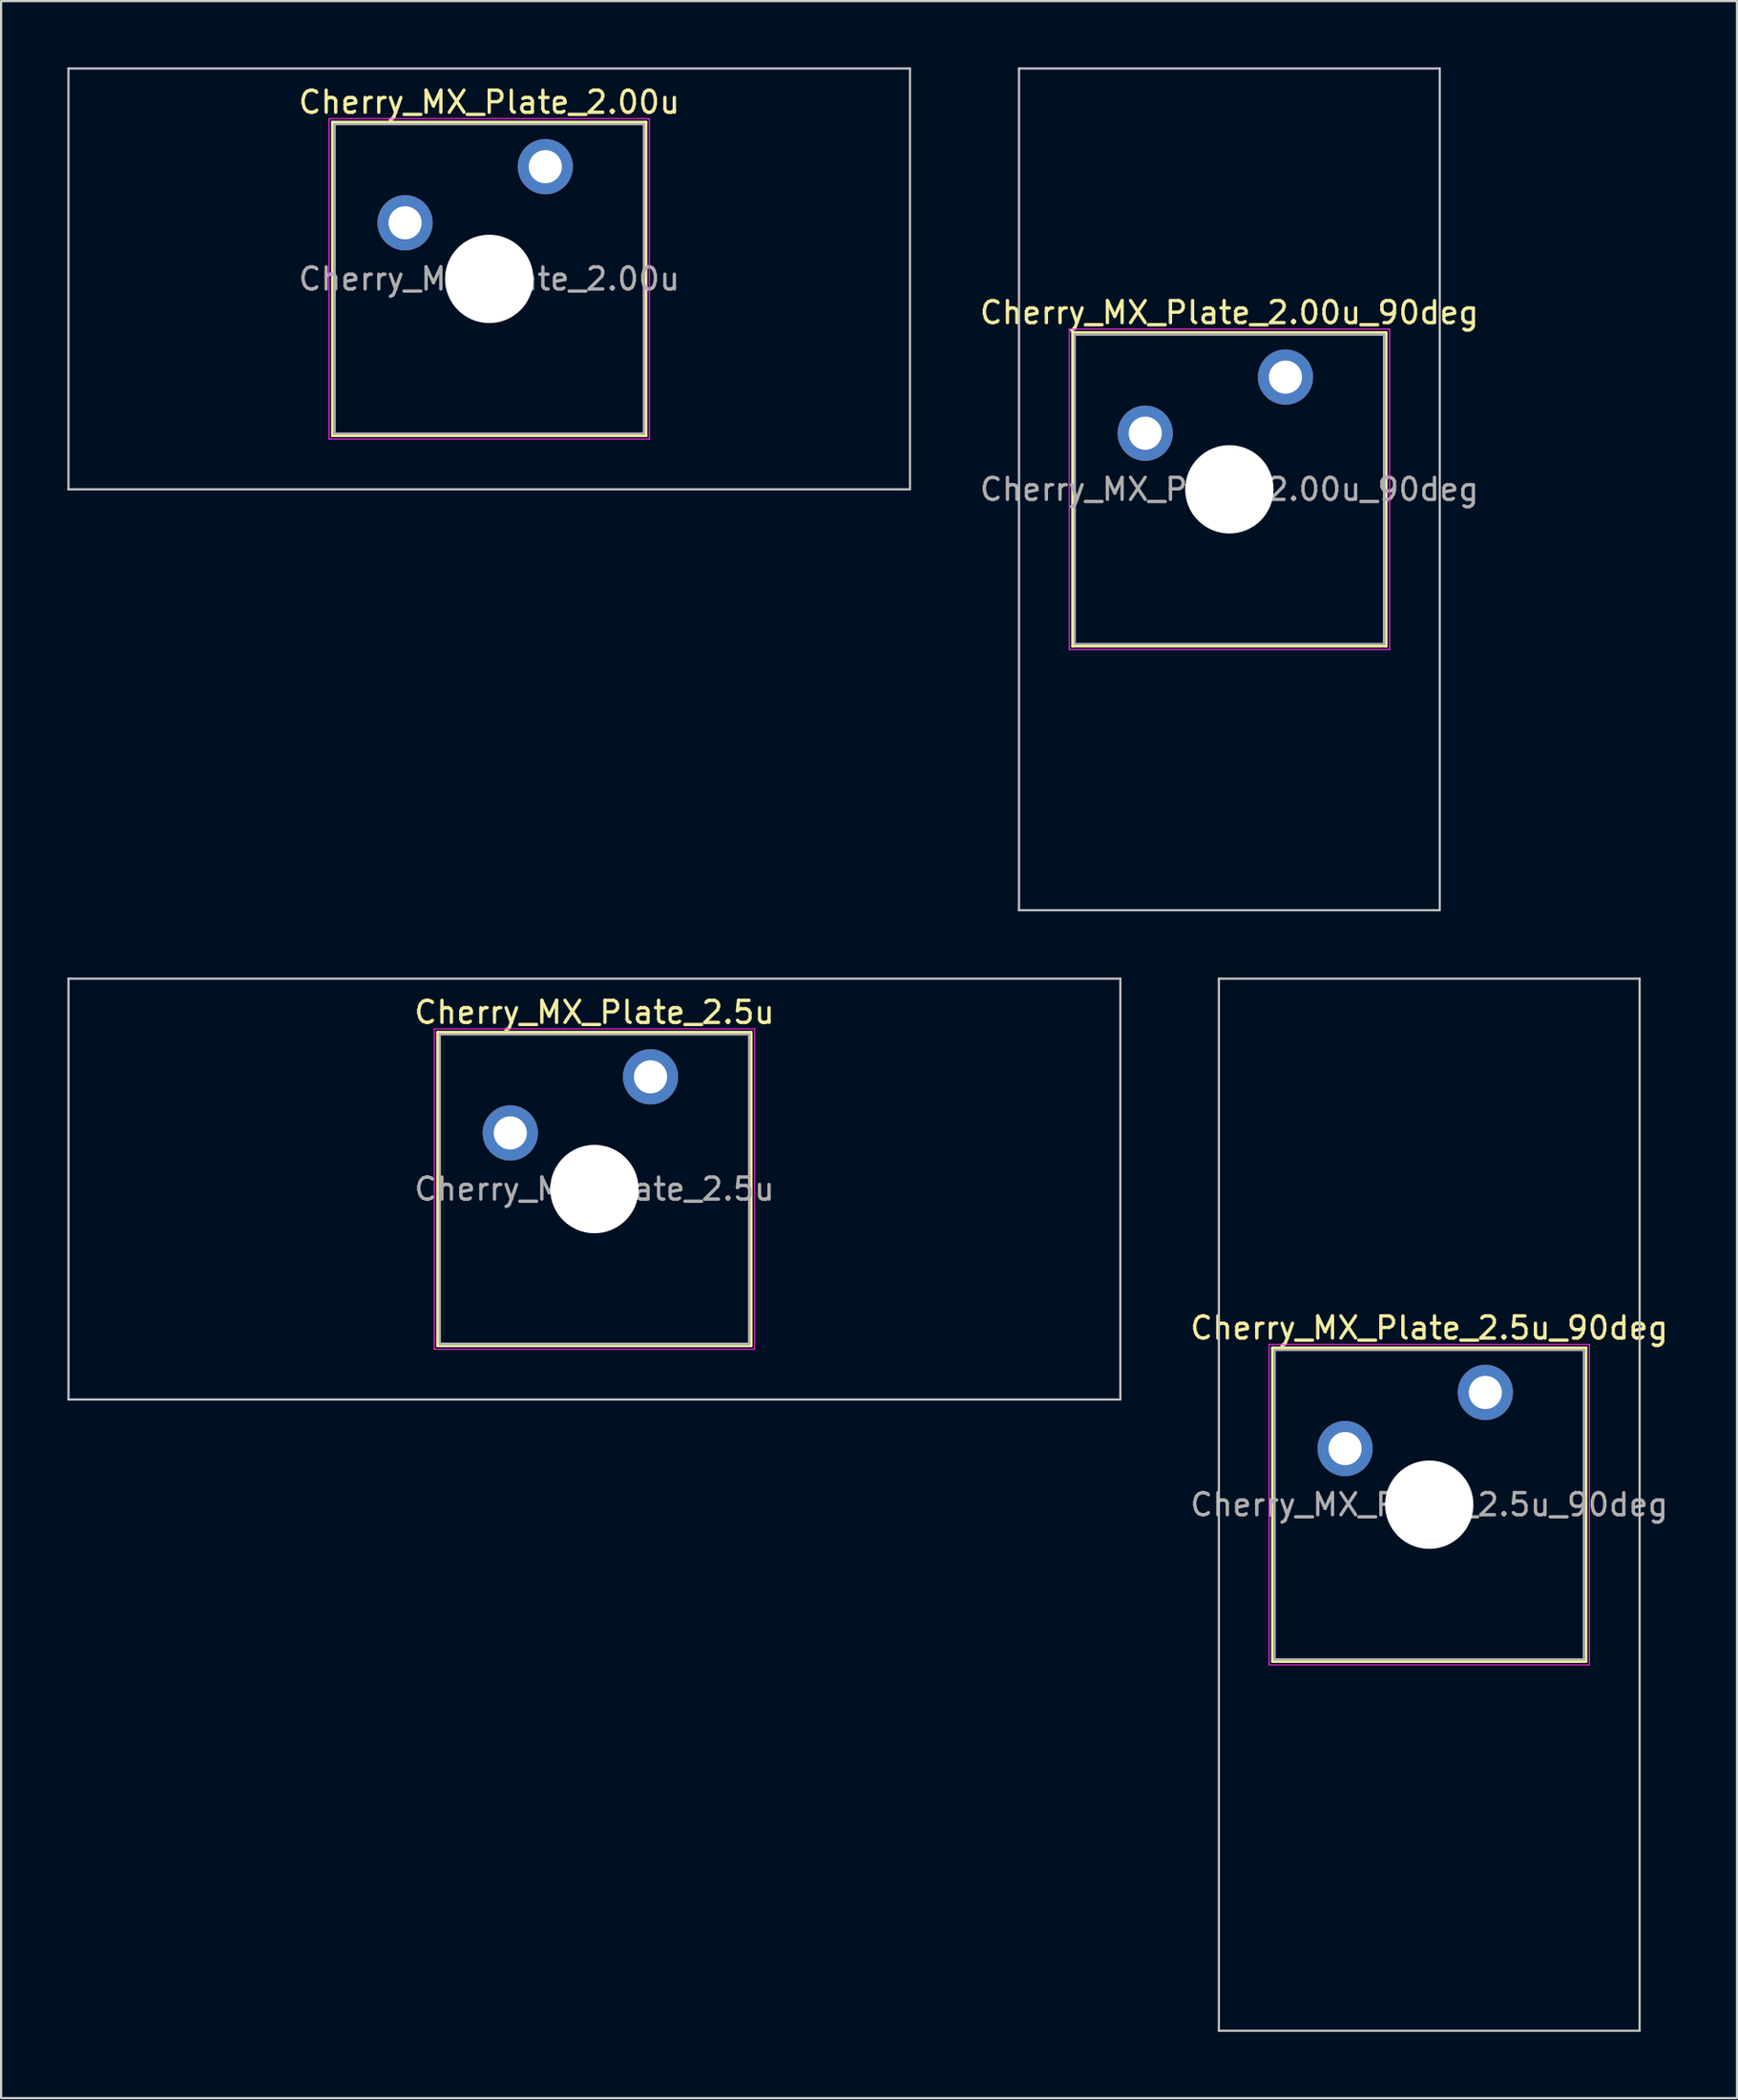
<source format=kicad_pcb>
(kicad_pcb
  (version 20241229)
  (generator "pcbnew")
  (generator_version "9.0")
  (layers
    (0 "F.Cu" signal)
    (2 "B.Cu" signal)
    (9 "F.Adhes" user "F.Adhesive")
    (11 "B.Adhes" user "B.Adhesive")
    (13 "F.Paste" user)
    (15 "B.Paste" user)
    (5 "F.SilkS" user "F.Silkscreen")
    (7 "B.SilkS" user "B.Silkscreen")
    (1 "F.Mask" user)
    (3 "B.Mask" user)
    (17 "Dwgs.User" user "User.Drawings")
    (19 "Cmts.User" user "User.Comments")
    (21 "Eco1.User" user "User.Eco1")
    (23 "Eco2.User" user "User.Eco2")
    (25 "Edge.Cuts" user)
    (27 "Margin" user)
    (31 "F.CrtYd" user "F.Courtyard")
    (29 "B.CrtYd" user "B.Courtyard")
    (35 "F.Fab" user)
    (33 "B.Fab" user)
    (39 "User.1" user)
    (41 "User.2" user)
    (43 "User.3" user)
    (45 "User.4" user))
  (footprint "Cherry_MX_Plate_2.5u"
    (layer "F.Cu")
    (at 23.863 50.775)
    (property "Reference" "Cherry_MX_Plate_2.5u" (at 0 -8 0) (layer "F.SilkS") (effects (font (size 1 1) (thickness 0.15))))
    (attr through_hole)
    (fp_line (start -7.1 -7.1) (end -7.1 7.1) (stroke (width 0.12) (type solid)) (layer "F.SilkS"))
    (fp_line (start -7.1 7.1) (end 7.1 7.1) (stroke (width 0.12) (type solid)) (layer "F.SilkS"))
    (fp_line (start 7.1 -7.1) (end -7.1 -7.1) (stroke (width 0.12) (type solid)) (layer "F.SilkS"))
    (fp_line (start 7.1 7.1) (end 7.1 -7.1) (stroke (width 0.12) (type solid)) (layer "F.SilkS"))
    (fp_line (start -23.812 -9.525) (end -23.812 9.525) (stroke (width 0.1) (type solid)) (layer "Dwgs.User"))
    (fp_line (start -23.812 9.525) (end 23.812 9.525) (stroke (width 0.1) (type solid)) (layer "Dwgs.User"))
    (fp_line (start 23.812 -9.525) (end -23.812 -9.525) (stroke (width 0.1) (type solid)) (layer "Dwgs.User"))
    (fp_line (start 23.812 9.525) (end 23.812 -9.525) (stroke (width 0.1) (type solid)) (layer "Dwgs.User"))
    (fp_line (start -7 -7) (end -7 7) (stroke (width 0.1) (type solid)) (layer "Eco1.User"))
    (fp_line (start -7 7) (end 7 7) (stroke (width 0.1) (type solid)) (layer "Eco1.User"))
    (fp_line (start 7 -7) (end -7 -7) (stroke (width 0.1) (type solid)) (layer "Eco1.User"))
    (fp_line (start 7 7) (end 7 -7) (stroke (width 0.1) (type solid)) (layer "Eco1.User"))
    (fp_line (start -7.25 -7.25) (end -7.25 7.25) (stroke (width 0.05) (type solid)) (layer "F.CrtYd"))
    (fp_line (start -7.25 7.25) (end 7.25 7.25) (stroke (width 0.05) (type solid)) (layer "F.CrtYd"))
    (fp_line (start 7.25 -7.25) (end -7.25 -7.25) (stroke (width 0.05) (type solid)) (layer "F.CrtYd"))
    (fp_line (start 7.25 7.25) (end 7.25 -7.25) (stroke (width 0.05) (type solid)) (layer "F.CrtYd"))
    (fp_line (start -7 -7) (end -7 7) (stroke (width 0.1) (type solid)) (layer "F.Fab"))
    (fp_line (start -7 7) (end 7 7) (stroke (width 0.1) (type solid)) (layer "F.Fab"))
    (fp_line (start 7 -7) (end -7 -7) (stroke (width 0.1) (type solid)) (layer "F.Fab"))
    (fp_line (start 7 7) (end 7 -7) (stroke (width 0.1) (type solid)) (layer "F.Fab"))
    (fp_text user "${REFERENCE}" (at 0 0 0) (layer "F.Fab") (effects (font (size 1 1) (thickness 0.15))))
    (pad "" np_thru_hole circle (at 0 0) (size 4 4) (drill 4) (layers "*.Cu" "*.Mask"))
    (pad "1" thru_hole circle (at -3.81 -2.54) (size 2.5 2.5) (drill 1.5) (layers "*.Cu" "*.Mask"))
    (pad "2" thru_hole circle (at 2.54 -5.08) (size 2.5 2.5) (drill 1.5) (layers "*.Cu" "*.Mask")))
  (footprint "Cherry_MX_Plate_2.00u_90deg"
    (layer "F.Cu")
    (at 52.611 19.1)
    (property "Reference" "Cherry_MX_Plate_2.00u_90deg" (at 0 -8 0) (layer "F.SilkS") (effects (font (size 1 1) (thickness 0.15))))
    (attr through_hole)
    (fp_line (start -7.1 -7.1) (end -7.1 7.1) (stroke (width 0.12) (type solid)) (layer "F.SilkS"))
    (fp_line (start -7.1 7.1) (end 7.1 7.1) (stroke (width 0.12) (type solid)) (layer "F.SilkS"))
    (fp_line (start 7.1 -7.1) (end -7.1 -7.1) (stroke (width 0.12) (type solid)) (layer "F.SilkS"))
    (fp_line (start 7.1 7.1) (end 7.1 -7.1) (stroke (width 0.12) (type solid)) (layer "F.SilkS"))
    (fp_line (start -9.525 -19.05) (end 9.525 -19.05) (stroke (width 0.1) (type solid)) (layer "Dwgs.User"))
    (fp_line (start -9.525 19.05) (end -9.525 -19.05) (stroke (width 0.1) (type solid)) (layer "Dwgs.User"))
    (fp_line (start 9.525 -19.05) (end 9.525 19.05) (stroke (width 0.1) (type solid)) (layer "Dwgs.User"))
    (fp_line (start 9.525 19.05) (end -9.525 19.05) (stroke (width 0.1) (type solid)) (layer "Dwgs.User"))
    (fp_line (start -7 -7) (end -7 7) (stroke (width 0.1) (type solid)) (layer "Eco1.User"))
    (fp_line (start -7 7) (end 7 7) (stroke (width 0.1) (type solid)) (layer "Eco1.User"))
    (fp_line (start 7 -7) (end -7 -7) (stroke (width 0.1) (type solid)) (layer "Eco1.User"))
    (fp_line (start 7 7) (end 7 -7) (stroke (width 0.1) (type solid)) (layer "Eco1.User"))
    (fp_line (start -7.25 -7.25) (end -7.25 7.25) (stroke (width 0.05) (type solid)) (layer "F.CrtYd"))
    (fp_line (start -7.25 7.25) (end 7.25 7.25) (stroke (width 0.05) (type solid)) (layer "F.CrtYd"))
    (fp_line (start 7.25 -7.25) (end -7.25 -7.25) (stroke (width 0.05) (type solid)) (layer "F.CrtYd"))
    (fp_line (start 7.25 7.25) (end 7.25 -7.25) (stroke (width 0.05) (type solid)) (layer "F.CrtYd"))
    (fp_line (start -7 -7) (end -7 7) (stroke (width 0.1) (type solid)) (layer "F.Fab"))
    (fp_line (start -7 7) (end 7 7) (stroke (width 0.1) (type solid)) (layer "F.Fab"))
    (fp_line (start 7 -7) (end -7 -7) (stroke (width 0.1) (type solid)) (layer "F.Fab"))
    (fp_line (start 7 7) (end 7 -7) (stroke (width 0.1) (type solid)) (layer "F.Fab"))
    (fp_text user "${REFERENCE}" (at 0 0 0) (layer "F.Fab") (effects (font (size 1 1) (thickness 0.15))))
    (pad "" np_thru_hole circle (at 0 0) (size 4 4) (drill 4) (layers "*.Cu" "*.Mask"))
    (pad "1" thru_hole circle (at -3.81 -2.54) (size 2.5 2.5) (drill 1.5) (layers "*.Cu" "*.Mask"))
    (pad "2" thru_hole circle (at 2.54 -5.08) (size 2.5 2.5) (drill 1.5) (layers "*.Cu" "*.Mask")))
  (footprint "Cherry_MX_Plate_2.00u"
    (layer "F.Cu")
    (at 19.1 9.575)
    (property "Reference" "Cherry_MX_Plate_2.00u" (at 0 -8 0) (layer "F.SilkS") (effects (font (size 1 1) (thickness 0.15))))
    (attr through_hole)
    (fp_line (start -7.1 -7.1) (end -7.1 7.1) (stroke (width 0.12) (type solid)) (layer "F.SilkS"))
    (fp_line (start -7.1 7.1) (end 7.1 7.1) (stroke (width 0.12) (type solid)) (layer "F.SilkS"))
    (fp_line (start 7.1 -7.1) (end -7.1 -7.1) (stroke (width 0.12) (type solid)) (layer "F.SilkS"))
    (fp_line (start 7.1 7.1) (end 7.1 -7.1) (stroke (width 0.12) (type solid)) (layer "F.SilkS"))
    (fp_line (start -19.05 -9.525) (end -19.05 9.525) (stroke (width 0.1) (type solid)) (layer "Dwgs.User"))
    (fp_line (start -19.05 9.525) (end 19.05 9.525) (stroke (width 0.1) (type solid)) (layer "Dwgs.User"))
    (fp_line (start 19.05 -9.525) (end -19.05 -9.525) (stroke (width 0.1) (type solid)) (layer "Dwgs.User"))
    (fp_line (start 19.05 9.525) (end 19.05 -9.525) (stroke (width 0.1) (type solid)) (layer "Dwgs.User"))
    (fp_line (start -7 -7) (end -7 7) (stroke (width 0.1) (type solid)) (layer "Eco1.User"))
    (fp_line (start -7 7) (end 7 7) (stroke (width 0.1) (type solid)) (layer "Eco1.User"))
    (fp_line (start 7 -7) (end -7 -7) (stroke (width 0.1) (type solid)) (layer "Eco1.User"))
    (fp_line (start 7 7) (end 7 -7) (stroke (width 0.1) (type solid)) (layer "Eco1.User"))
    (fp_line (start -7.25 -7.25) (end -7.25 7.25) (stroke (width 0.05) (type solid)) (layer "F.CrtYd"))
    (fp_line (start -7.25 7.25) (end 7.25 7.25) (stroke (width 0.05) (type solid)) (layer "F.CrtYd"))
    (fp_line (start 7.25 -7.25) (end -7.25 -7.25) (stroke (width 0.05) (type solid)) (layer "F.CrtYd"))
    (fp_line (start 7.25 7.25) (end 7.25 -7.25) (stroke (width 0.05) (type solid)) (layer "F.CrtYd"))
    (fp_line (start -7 -7) (end -7 7) (stroke (width 0.1) (type solid)) (layer "F.Fab"))
    (fp_line (start -7 7) (end 7 7) (stroke (width 0.1) (type solid)) (layer "F.Fab"))
    (fp_line (start 7 -7) (end -7 -7) (stroke (width 0.1) (type solid)) (layer "F.Fab"))
    (fp_line (start 7 7) (end 7 -7) (stroke (width 0.1) (type solid)) (layer "F.Fab"))
    (fp_text user "${REFERENCE}" (at 0 0 0) (layer "F.Fab") (effects (font (size 1 1) (thickness 0.15))))
    (pad "" np_thru_hole circle (at 0 0) (size 4 4) (drill 4) (layers "*.Cu" "*.Mask"))
    (pad "1" thru_hole circle (at -3.81 -2.54) (size 2.5 2.5) (drill 1.5) (layers "*.Cu" "*.Mask"))
    (pad "2" thru_hole circle (at 2.54 -5.08) (size 2.5 2.5) (drill 1.5) (layers "*.Cu" "*.Mask")))
  (footprint "Cherry_MX_Plate_2.5u_90deg"
    (layer "F.Cu")
    (at 61.66 65.062)
    (property "Reference" "Cherry_MX_Plate_2.5u_90deg" (at 0 -8 0) (layer "F.SilkS") (effects (font (size 1 1) (thickness 0.15))))
    (attr through_hole)
    (fp_line (start -7.1 -7.1) (end -7.1 7.1) (stroke (width 0.12) (type solid)) (layer "F.SilkS"))
    (fp_line (start -7.1 7.1) (end 7.1 7.1) (stroke (width 0.12) (type solid)) (layer "F.SilkS"))
    (fp_line (start 7.1 -7.1) (end -7.1 -7.1) (stroke (width 0.12) (type solid)) (layer "F.SilkS"))
    (fp_line (start 7.1 7.1) (end 7.1 -7.1) (stroke (width 0.12) (type solid)) (layer "F.SilkS"))
    (fp_line (start -9.525 -23.812) (end 9.525 -23.812) (stroke (width 0.1) (type solid)) (layer "Dwgs.User"))
    (fp_line (start -9.525 23.812) (end -9.525 -23.812) (stroke (width 0.1) (type solid)) (layer "Dwgs.User"))
    (fp_line (start 9.525 -23.812) (end 9.525 23.812) (stroke (width 0.1) (type solid)) (layer "Dwgs.User"))
    (fp_line (start 9.525 23.812) (end -9.525 23.812) (stroke (width 0.1) (type solid)) (layer "Dwgs.User"))
    (fp_line (start -7 -7) (end -7 7) (stroke (width 0.1) (type solid)) (layer "Eco1.User"))
    (fp_line (start -7 7) (end 7 7) (stroke (width 0.1) (type solid)) (layer "Eco1.User"))
    (fp_line (start 7 -7) (end -7 -7) (stroke (width 0.1) (type solid)) (layer "Eco1.User"))
    (fp_line (start 7 7) (end 7 -7) (stroke (width 0.1) (type solid)) (layer "Eco1.User"))
    (fp_line (start -7.25 -7.25) (end -7.25 7.25) (stroke (width 0.05) (type solid)) (layer "F.CrtYd"))
    (fp_line (start -7.25 7.25) (end 7.25 7.25) (stroke (width 0.05) (type solid)) (layer "F.CrtYd"))
    (fp_line (start 7.25 -7.25) (end -7.25 -7.25) (stroke (width 0.05) (type solid)) (layer "F.CrtYd"))
    (fp_line (start 7.25 7.25) (end 7.25 -7.25) (stroke (width 0.05) (type solid)) (layer "F.CrtYd"))
    (fp_line (start -7 -7) (end -7 7) (stroke (width 0.1) (type solid)) (layer "F.Fab"))
    (fp_line (start -7 7) (end 7 7) (stroke (width 0.1) (type solid)) (layer "F.Fab"))
    (fp_line (start 7 -7) (end -7 -7) (stroke (width 0.1) (type solid)) (layer "F.Fab"))
    (fp_line (start 7 7) (end 7 -7) (stroke (width 0.1) (type solid)) (layer "F.Fab"))
    (fp_text user "${REFERENCE}" (at 0 0 0) (layer "F.Fab") (effects (font (size 1 1) (thickness 0.15))))
    (pad "" np_thru_hole circle (at 0 0) (size 4 4) (drill 4) (layers "*.Cu" "*.Mask"))
    (pad "1" thru_hole circle (at -3.81 -2.54) (size 2.5 2.5) (drill 1.5) (layers "*.Cu" "*.Mask"))
    (pad "2" thru_hole circle (at 2.54 -5.08) (size 2.5 2.5) (drill 1.5) (layers "*.Cu" "*.Mask")))
  (gr_rect
    (start -3 -3)
    (end 75.594 91.925)
    (stroke (width 0.1) (type default))
    (fill no)
    (layer "Edge.Cuts")))
</source>
